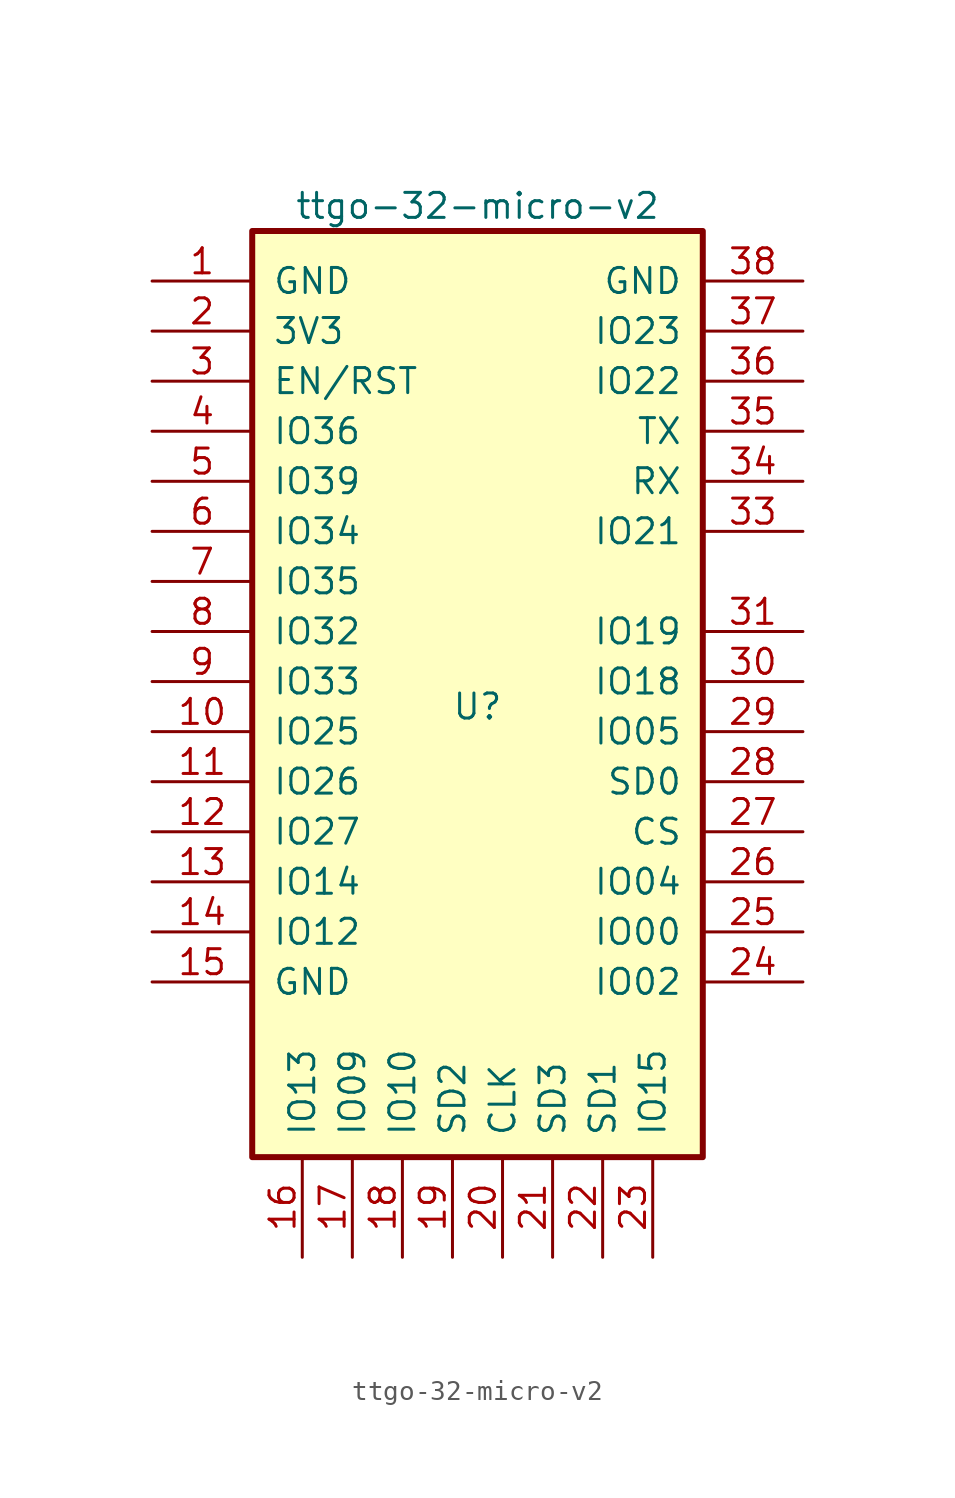
<source format=kicad_sym>
(kicad_symbol_lib
  (version 20211014)
  (generator kicad_symbol_editor)
  (symbol "ttgo-32-micro-v2"
    (pin_names
      (offset 1.016))
    (property "Reference" "U"
      (at -6.35 1.27 0)
      (effects (font (size 1.27 1.27))))
    (property "Value" "ttgo-32-micro-v2"
      (at -6.35 26.67 0)
      (effects (font (size 1.27 1.27))))
    (symbol "ttgo-32-micro-v2_0_1"
      (rectangle (start -17.78 25.4) (end 5.08 -21.59) (stroke (width 0.305) (type default) (color 0 0 0 0)) (fill (type background))))
    (symbol "ttgo-32-micro-v2_1_1"
      (pin power_in line (at -22.86 22.86 0) (length 5.08) (name "GND" (effects (font (size 1.27 1.27)))) (number "1" (effects (font (size 1.27 1.27)))))
      (pin bidirectional line (at -22.86 0 0) (length 5.08) (name "IO25" (effects (font (size 1.27 1.27)))) (number "10" (effects (font (size 1.27 1.27)))))
      (pin bidirectional line (at -22.86 -2.54 0) (length 5.08) (name "IO26" (effects (font (size 1.27 1.27)))) (number "11" (effects (font (size 1.27 1.27)))))
      (pin bidirectional line (at -22.86 -5.08 0) (length 5.08) (name "IO27" (effects (font (size 1.27 1.27)))) (number "12" (effects (font (size 1.27 1.27)))))
      (pin bidirectional line (at -22.86 -7.62 0) (length 5.08) (name "IO14" (effects (font (size 1.27 1.27)))) (number "13" (effects (font (size 1.27 1.27)))))
      (pin bidirectional line (at -22.86 -10.16 0) (length 5.08) (name "IO12" (effects (font (size 1.27 1.27)))) (number "14" (effects (font (size 1.27 1.27)))))
      (pin power_in line (at -22.86 -12.7 0) (length 5.08) (name "GND" (effects (font (size 1.27 1.27)))) (number "15" (effects (font (size 1.27 1.27)))))
      (pin bidirectional line (at -15.24 -26.67 90) (length 5.08) (name "IO13" (effects (font (size 1.27 1.27)))) (number "16" (effects (font (size 1.27 1.27)))))
      (pin bidirectional line (at -12.7 -26.67 90) (length 5.08) (name "IO09" (effects (font (size 1.27 1.27)))) (number "17" (effects (font (size 1.27 1.27)))))
      (pin bidirectional line (at -10.16 -26.67 90) (length 5.08) (name "IO10" (effects (font (size 1.27 1.27)))) (number "18" (effects (font (size 1.27 1.27)))))
      (pin bidirectional line (at -7.62 -26.67 90) (length 5.08) (name "SD2" (effects (font (size 1.27 1.27)))) (number "19" (effects (font (size 1.27 1.27)))))
      (pin power_in line (at -22.86 20.32 0) (length 5.08) (name "3V3" (effects (font (size 1.27 1.27)))) (number "2" (effects (font (size 1.27 1.27)))))
      (pin bidirectional line (at -5.08 -26.67 90) (length 5.08) (name "CLK" (effects (font (size 1.27 1.27)))) (number "20" (effects (font (size 1.27 1.27)))))
      (pin bidirectional line (at -2.54 -26.67 90) (length 5.08) (name "SD3" (effects (font (size 1.27 1.27)))) (number "21" (effects (font (size 1.27 1.27)))))
      (pin bidirectional line (at 0 -26.67 90) (length 5.08) (name "SD1" (effects (font (size 1.27 1.27)))) (number "22" (effects (font (size 1.27 1.27)))))
      (pin bidirectional line (at 2.54 -26.67 90) (length 5.08) (name "IO15" (effects (font (size 1.27 1.27)))) (number "23" (effects (font (size 1.27 1.27)))))
      (pin bidirectional line (at 10.16 -12.7 180) (length 5.08) (name "IO02" (effects (font (size 1.27 1.27)))) (number "24" (effects (font (size 1.27 1.27)))))
      (pin bidirectional line (at 10.16 -10.16 180) (length 5.08) (name "IO00" (effects (font (size 1.27 1.27)))) (number "25" (effects (font (size 1.27 1.27)))))
      (pin bidirectional line (at 10.16 -7.62 180) (length 5.08) (name "IO04" (effects (font (size 1.27 1.27)))) (number "26" (effects (font (size 1.27 1.27)))))
      (pin bidirectional line (at 10.16 -5.08 180) (length 5.08) (name "CS" (effects (font (size 1.27 1.27)))) (number "27" (effects (font (size 1.27 1.27)))))
      (pin bidirectional line (at 10.16 -2.54 180) (length 5.08) (name "SD0" (effects (font (size 1.27 1.27)))) (number "28" (effects (font (size 1.27 1.27)))))
      (pin bidirectional line (at 10.16 0 180) (length 5.08) (name "IO05" (effects (font (size 1.27 1.27)))) (number "29" (effects (font (size 1.27 1.27)))))
      (pin input line (at -22.86 17.78 0) (length 5.08) (name "EN/RST" (effects (font (size 1.27 1.27)))) (number "3" (effects (font (size 1.27 1.27)))))
      (pin bidirectional line (at 10.16 2.54 180) (length 5.08) (name "IO18" (effects (font (size 1.27 1.27)))) (number "30" (effects (font (size 1.27 1.27)))))
      (pin bidirectional line (at 10.16 5.08 180) (length 5.08) (name "IO19" (effects (font (size 1.27 1.27)))) (number "31" (effects (font (size 1.27 1.27)))))
      (pin no_connect line (at 5.08 7.62 0) (length 5.08) hide (name "NC" (effects (font (size 1.27 1.27)))) (number "32" (effects (font (size 1.27 1.27)))))
      (pin bidirectional line (at 10.16 10.16 180) (length 5.08) (name "IO21" (effects (font (size 1.27 1.27)))) (number "33" (effects (font (size 1.27 1.27)))))
      (pin bidirectional line (at 10.16 12.7 180) (length 5.08) (name "RX" (effects (font (size 1.27 1.27)))) (number "34" (effects (font (size 1.27 1.27)))))
      (pin bidirectional line (at 10.16 15.24 180) (length 5.08) (name "TX" (effects (font (size 1.27 1.27)))) (number "35" (effects (font (size 1.27 1.27)))))
      (pin bidirectional line (at 10.16 17.78 180) (length 5.08) (name "IO22" (effects (font (size 1.27 1.27)))) (number "36" (effects (font (size 1.27 1.27)))))
      (pin bidirectional line (at 10.16 20.32 180) (length 5.08) (name "IO23" (effects (font (size 1.27 1.27)))) (number "37" (effects (font (size 1.27 1.27)))))
      (pin power_in line (at 10.16 22.86 180) (length 5.08) (name "GND" (effects (font (size 1.27 1.27)))) (number "38" (effects (font (size 1.27 1.27)))))
      (pin bidirectional line (at -22.86 15.24 0) (length 5.08) (name "IO36" (effects (font (size 1.27 1.27)))) (number "4" (effects (font (size 1.27 1.27)))))
      (pin bidirectional line (at -22.86 12.7 0) (length 5.08) (name "IO39" (effects (font (size 1.27 1.27)))) (number "5" (effects (font (size 1.27 1.27)))))
      (pin bidirectional line (at -22.86 10.16 0) (length 5.08) (name "IO34" (effects (font (size 1.27 1.27)))) (number "6" (effects (font (size 1.27 1.27)))))
      (pin bidirectional line (at -22.86 7.62 0) (length 5.08) (name "IO35" (effects (font (size 1.27 1.27)))) (number "7" (effects (font (size 1.27 1.27)))))
      (pin bidirectional line (at -22.86 5.08 0) (length 5.08) (name "IO32" (effects (font (size 1.27 1.27)))) (number "8" (effects (font (size 1.27 1.27)))))
      (pin bidirectional line (at -22.86 2.54 0) (length 5.08) (name "IO33" (effects (font (size 1.27 1.27)))) (number "9" (effects (font (size 1.27 1.27))))))))
</source>
